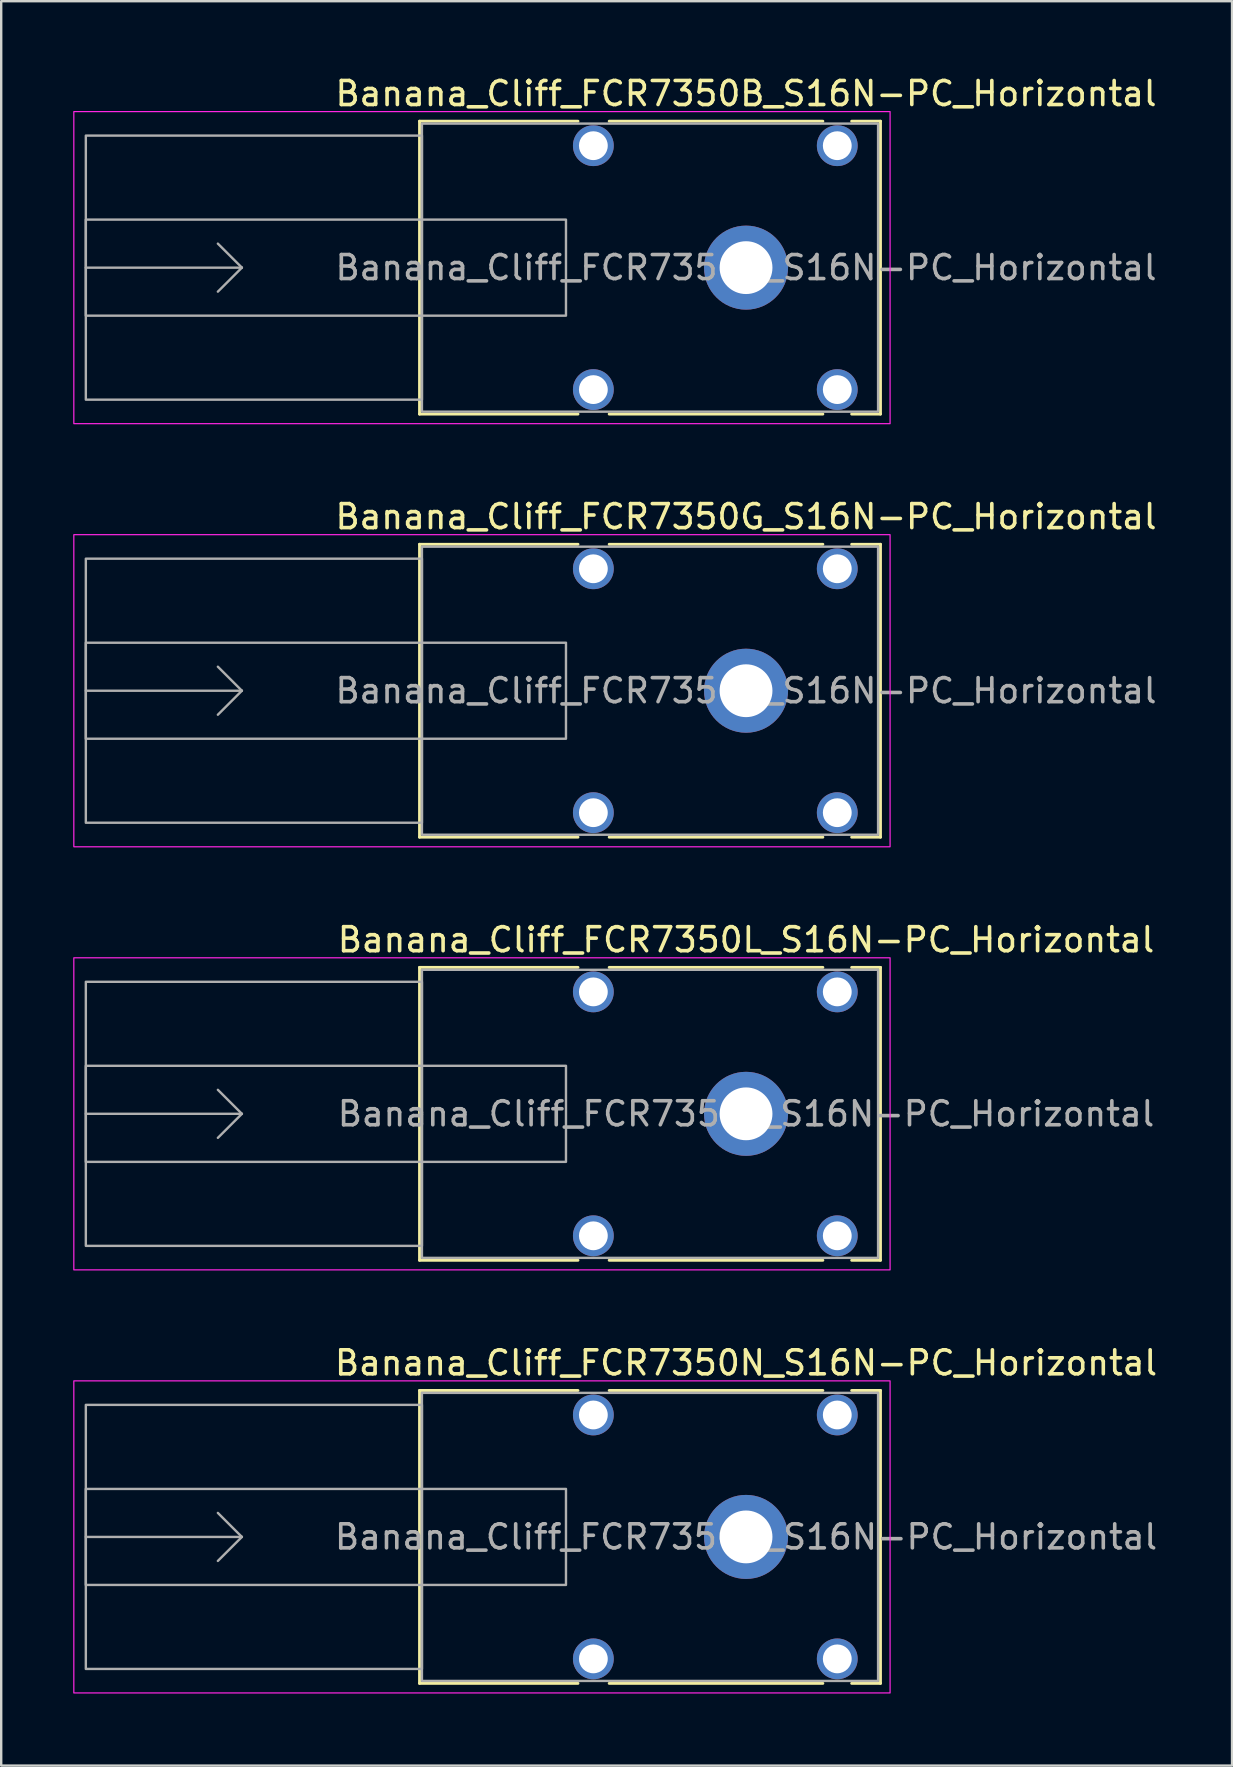
<source format=kicad_pcb>
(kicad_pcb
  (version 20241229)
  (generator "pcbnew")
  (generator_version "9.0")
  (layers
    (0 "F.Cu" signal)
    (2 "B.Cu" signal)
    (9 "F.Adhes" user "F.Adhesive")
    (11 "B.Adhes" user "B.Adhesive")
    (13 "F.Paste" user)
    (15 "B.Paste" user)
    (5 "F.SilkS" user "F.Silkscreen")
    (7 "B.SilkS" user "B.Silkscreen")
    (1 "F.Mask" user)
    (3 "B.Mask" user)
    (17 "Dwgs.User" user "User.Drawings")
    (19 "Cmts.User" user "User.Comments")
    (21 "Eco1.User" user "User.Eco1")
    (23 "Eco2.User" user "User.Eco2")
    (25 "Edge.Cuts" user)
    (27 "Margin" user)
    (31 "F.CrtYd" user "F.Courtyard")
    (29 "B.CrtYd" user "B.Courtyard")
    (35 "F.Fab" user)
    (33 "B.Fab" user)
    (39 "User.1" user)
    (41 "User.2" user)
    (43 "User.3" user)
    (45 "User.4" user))
  (footprint "Banana_Cliff_FCR7350L_S16N-PC_Horizontal"
    (layer "F.Cu")
    (at 28.025 43.345)
    (property "Reference" "Banana_Cliff_FCR7350L_S16N-PC_Horizontal" (at 0 -7.25 0) (layer "F.SilkS") (effects (font (size 1 1) (thickness 0.15))))
    (attr through_hole)
    (fp_line (start -13.6 -6.1) (end -13.6 6.1) (stroke (width 0.12) (type solid)) (layer "F.SilkS"))
    (fp_line (start -13.6 6.1) (end -7 6.1) (stroke (width 0.12) (type solid)) (layer "F.SilkS"))
    (fp_line (start -7 -6.1) (end -13.6 -6.1) (stroke (width 0.12) (type solid)) (layer "F.SilkS"))
    (fp_line (start -5.7 6.1) (end 3.2 6.1) (stroke (width 0.12) (type solid)) (layer "F.SilkS"))
    (fp_line (start 3.2 -6.1) (end -5.7 -6.1) (stroke (width 0.12) (type solid)) (layer "F.SilkS"))
    (fp_line (start 4.4 6.1) (end 5.6 6.1) (stroke (width 0.12) (type solid)) (layer "F.SilkS"))
    (fp_line (start 5.6 -6.1) (end 4.4 -6.1) (stroke (width 0.12) (type solid)) (layer "F.SilkS"))
    (fp_line (start 5.6 6.1) (end 5.6 -6.1) (stroke (width 0.12) (type solid)) (layer "F.SilkS"))
    (fp_rect (start 6 6.5) (end -28 -6.5) (stroke (width 0.05) (type solid)) (fill no) (layer "F.CrtYd"))
    (fp_line (start -27.5 0) (end -21 0) (stroke (width 0.1) (type solid)) (layer "F.Fab"))
    (fp_line (start -21 0) (end -22 -1) (stroke (width 0.1) (type solid)) (layer "F.Fab"))
    (fp_line (start -21 0) (end -22 1) (stroke (width 0.1) (type solid)) (layer "F.Fab"))
    (fp_rect (start -27.5 -2) (end -7.5 2) (stroke (width 0.1) (type solid)) (fill no) (layer "F.Fab"))
    (fp_rect (start -13.5 -6) (end 5.5 6) (stroke (width 0.1) (type solid)) (fill no) (layer "F.Fab"))
    (fp_rect (start -13.5 -5.5) (end -27.5 5.5) (stroke (width 0.1) (type solid)) (fill no) (layer "F.Fab"))
    (fp_text user "${REFERENCE}" (at 0 0 0) (layer "F.Fab") (effects (font (size 1 1) (thickness 0.15))))
    (pad "" np_thru_hole circle (at -6.36 -5.08) (size 1.7 1.7) (drill 1.2) (layers "*.Cu" "*.Mask"))
    (pad "" np_thru_hole circle (at -6.36 5.08) (size 1.7 1.7) (drill 1.2) (layers "*.Cu" "*.Mask"))
    (pad "" np_thru_hole circle (at 3.8 -5.08) (size 1.7 1.7) (drill 1.2) (layers "*.Cu" "*.Mask"))
    (pad "" np_thru_hole circle (at 3.8 5.08) (size 1.7 1.7) (drill 1.2) (layers "*.Cu" "*.Mask"))
    (pad "1" thru_hole circle (at 0 0) (size 3.5 3.5) (drill 2.2) (layers "*.Cu" "*.Mask")))
  (footprint "Banana_Cliff_FCR7350B_S16N-PC_Horizontal"
    (layer "F.Cu")
    (at 28.025 8.098)
    (property "Reference" "Banana_Cliff_FCR7350B_S16N-PC_Horizontal" (at 0 -7.25 0) (layer "F.SilkS") (effects (font (size 1 1) (thickness 0.15))))
    (attr through_hole)
    (fp_line (start -13.6 -6.1) (end -13.6 6.1) (stroke (width 0.12) (type solid)) (layer "F.SilkS"))
    (fp_line (start -13.6 6.1) (end -7 6.1) (stroke (width 0.12) (type solid)) (layer "F.SilkS"))
    (fp_line (start -7 -6.1) (end -13.6 -6.1) (stroke (width 0.12) (type solid)) (layer "F.SilkS"))
    (fp_line (start -5.7 6.1) (end 3.2 6.1) (stroke (width 0.12) (type solid)) (layer "F.SilkS"))
    (fp_line (start 3.2 -6.1) (end -5.7 -6.1) (stroke (width 0.12) (type solid)) (layer "F.SilkS"))
    (fp_line (start 4.4 6.1) (end 5.6 6.1) (stroke (width 0.12) (type solid)) (layer "F.SilkS"))
    (fp_line (start 5.6 -6.1) (end 4.4 -6.1) (stroke (width 0.12) (type solid)) (layer "F.SilkS"))
    (fp_line (start 5.6 6.1) (end 5.6 -6.1) (stroke (width 0.12) (type solid)) (layer "F.SilkS"))
    (fp_rect (start 6 6.5) (end -28 -6.5) (stroke (width 0.05) (type solid)) (fill no) (layer "F.CrtYd"))
    (fp_line (start -27.5 0) (end -21 0) (stroke (width 0.1) (type solid)) (layer "F.Fab"))
    (fp_line (start -21 0) (end -22 -1) (stroke (width 0.1) (type solid)) (layer "F.Fab"))
    (fp_line (start -21 0) (end -22 1) (stroke (width 0.1) (type solid)) (layer "F.Fab"))
    (fp_rect (start -27.5 -2) (end -7.5 2) (stroke (width 0.1) (type solid)) (fill no) (layer "F.Fab"))
    (fp_rect (start -13.5 -6) (end 5.5 6) (stroke (width 0.1) (type solid)) (fill no) (layer "F.Fab"))
    (fp_rect (start -13.5 -5.5) (end -27.5 5.5) (stroke (width 0.1) (type solid)) (fill no) (layer "F.Fab"))
    (fp_text user "${REFERENCE}" (at 0 0 0) (layer "F.Fab") (effects (font (size 1 1) (thickness 0.15))))
    (pad "" np_thru_hole circle (at -6.36 -5.08) (size 1.7 1.7) (drill 1.2) (layers "*.Cu" "*.Mask"))
    (pad "" np_thru_hole circle (at -6.36 5.08) (size 1.7 1.7) (drill 1.2) (layers "*.Cu" "*.Mask"))
    (pad "" np_thru_hole circle (at 3.8 -5.08) (size 1.7 1.7) (drill 1.2) (layers "*.Cu" "*.Mask"))
    (pad "" np_thru_hole circle (at 3.8 5.08) (size 1.7 1.7) (drill 1.2) (layers "*.Cu" "*.Mask"))
    (pad "1" thru_hole circle (at 0 0) (size 3.5 3.5) (drill 2.2) (layers "*.Cu" "*.Mask")))
  (footprint "Banana_Cliff_FCR7350N_S16N-PC_Horizontal"
    (layer "F.Cu")
    (at 28.025 60.968)
    (property "Reference" "Banana_Cliff_FCR7350N_S16N-PC_Horizontal" (at 0 -7.25 0) (layer "F.SilkS") (effects (font (size 1 1) (thickness 0.15))))
    (attr through_hole)
    (fp_line (start -13.6 -6.1) (end -13.6 6.1) (stroke (width 0.12) (type solid)) (layer "F.SilkS"))
    (fp_line (start -13.6 6.1) (end -7 6.1) (stroke (width 0.12) (type solid)) (layer "F.SilkS"))
    (fp_line (start -7 -6.1) (end -13.6 -6.1) (stroke (width 0.12) (type solid)) (layer "F.SilkS"))
    (fp_line (start -5.7 6.1) (end 3.2 6.1) (stroke (width 0.12) (type solid)) (layer "F.SilkS"))
    (fp_line (start 3.2 -6.1) (end -5.7 -6.1) (stroke (width 0.12) (type solid)) (layer "F.SilkS"))
    (fp_line (start 4.4 6.1) (end 5.6 6.1) (stroke (width 0.12) (type solid)) (layer "F.SilkS"))
    (fp_line (start 5.6 -6.1) (end 4.4 -6.1) (stroke (width 0.12) (type solid)) (layer "F.SilkS"))
    (fp_line (start 5.6 6.1) (end 5.6 -6.1) (stroke (width 0.12) (type solid)) (layer "F.SilkS"))
    (fp_rect (start 6 6.5) (end -28 -6.5) (stroke (width 0.05) (type solid)) (fill no) (layer "F.CrtYd"))
    (fp_line (start -27.5 0) (end -21 0) (stroke (width 0.1) (type solid)) (layer "F.Fab"))
    (fp_line (start -21 0) (end -22 -1) (stroke (width 0.1) (type solid)) (layer "F.Fab"))
    (fp_line (start -21 0) (end -22 1) (stroke (width 0.1) (type solid)) (layer "F.Fab"))
    (fp_rect (start -27.5 -2) (end -7.5 2) (stroke (width 0.1) (type solid)) (fill no) (layer "F.Fab"))
    (fp_rect (start -13.5 -6) (end 5.5 6) (stroke (width 0.1) (type solid)) (fill no) (layer "F.Fab"))
    (fp_rect (start -13.5 -5.5) (end -27.5 5.5) (stroke (width 0.1) (type solid)) (fill no) (layer "F.Fab"))
    (fp_text user "${REFERENCE}" (at 0 0 0) (layer "F.Fab") (effects (font (size 1 1) (thickness 0.15))))
    (pad "" np_thru_hole circle (at -6.36 -5.08) (size 1.7 1.7) (drill 1.2) (layers "*.Cu" "*.Mask"))
    (pad "" np_thru_hole circle (at -6.36 5.08) (size 1.7 1.7) (drill 1.2) (layers "*.Cu" "*.Mask"))
    (pad "" np_thru_hole circle (at 3.8 -5.08) (size 1.7 1.7) (drill 1.2) (layers "*.Cu" "*.Mask"))
    (pad "" np_thru_hole circle (at 3.8 5.08) (size 1.7 1.7) (drill 1.2) (layers "*.Cu" "*.Mask"))
    (pad "1" thru_hole circle (at 0 0) (size 3.5 3.5) (drill 2.2) (layers "*.Cu" "*.Mask")))
  (footprint "Banana_Cliff_FCR7350G_S16N-PC_Horizontal"
    (layer "F.Cu")
    (at 28.025 25.721)
    (property "Reference" "Banana_Cliff_FCR7350G_S16N-PC_Horizontal" (at 0 -7.25 0) (layer "F.SilkS") (effects (font (size 1 1) (thickness 0.15))))
    (attr through_hole)
    (fp_line (start -13.6 -6.1) (end -13.6 6.1) (stroke (width 0.12) (type solid)) (layer "F.SilkS"))
    (fp_line (start -13.6 6.1) (end -7 6.1) (stroke (width 0.12) (type solid)) (layer "F.SilkS"))
    (fp_line (start -7 -6.1) (end -13.6 -6.1) (stroke (width 0.12) (type solid)) (layer "F.SilkS"))
    (fp_line (start -5.7 6.1) (end 3.2 6.1) (stroke (width 0.12) (type solid)) (layer "F.SilkS"))
    (fp_line (start 3.2 -6.1) (end -5.7 -6.1) (stroke (width 0.12) (type solid)) (layer "F.SilkS"))
    (fp_line (start 4.4 6.1) (end 5.6 6.1) (stroke (width 0.12) (type solid)) (layer "F.SilkS"))
    (fp_line (start 5.6 -6.1) (end 4.4 -6.1) (stroke (width 0.12) (type solid)) (layer "F.SilkS"))
    (fp_line (start 5.6 6.1) (end 5.6 -6.1) (stroke (width 0.12) (type solid)) (layer "F.SilkS"))
    (fp_rect (start 6 6.5) (end -28 -6.5) (stroke (width 0.05) (type solid)) (fill no) (layer "F.CrtYd"))
    (fp_line (start -27.5 0) (end -21 0) (stroke (width 0.1) (type solid)) (layer "F.Fab"))
    (fp_line (start -21 0) (end -22 -1) (stroke (width 0.1) (type solid)) (layer "F.Fab"))
    (fp_line (start -21 0) (end -22 1) (stroke (width 0.1) (type solid)) (layer "F.Fab"))
    (fp_rect (start -27.5 -2) (end -7.5 2) (stroke (width 0.1) (type solid)) (fill no) (layer "F.Fab"))
    (fp_rect (start -13.5 -6) (end 5.5 6) (stroke (width 0.1) (type solid)) (fill no) (layer "F.Fab"))
    (fp_rect (start -13.5 -5.5) (end -27.5 5.5) (stroke (width 0.1) (type solid)) (fill no) (layer "F.Fab"))
    (fp_text user "${REFERENCE}" (at 0 0 0) (layer "F.Fab") (effects (font (size 1 1) (thickness 0.15))))
    (pad "" np_thru_hole circle (at -6.36 -5.08) (size 1.7 1.7) (drill 1.2) (layers "*.Cu" "*.Mask"))
    (pad "" np_thru_hole circle (at -6.36 5.08) (size 1.7 1.7) (drill 1.2) (layers "*.Cu" "*.Mask"))
    (pad "" np_thru_hole circle (at 3.8 -5.08) (size 1.7 1.7) (drill 1.2) (layers "*.Cu" "*.Mask"))
    (pad "" np_thru_hole circle (at 3.8 5.08) (size 1.7 1.7) (drill 1.2) (layers "*.Cu" "*.Mask"))
    (pad "1" thru_hole circle (at 0 0) (size 3.5 3.5) (drill 2.2) (layers "*.Cu" "*.Mask")))
  (gr_rect
    (start -3 -3)
    (end 48.269 70.493)
    (stroke (width 0.1) (type default))
    (fill no)
    (layer "Edge.Cuts")))
</source>
